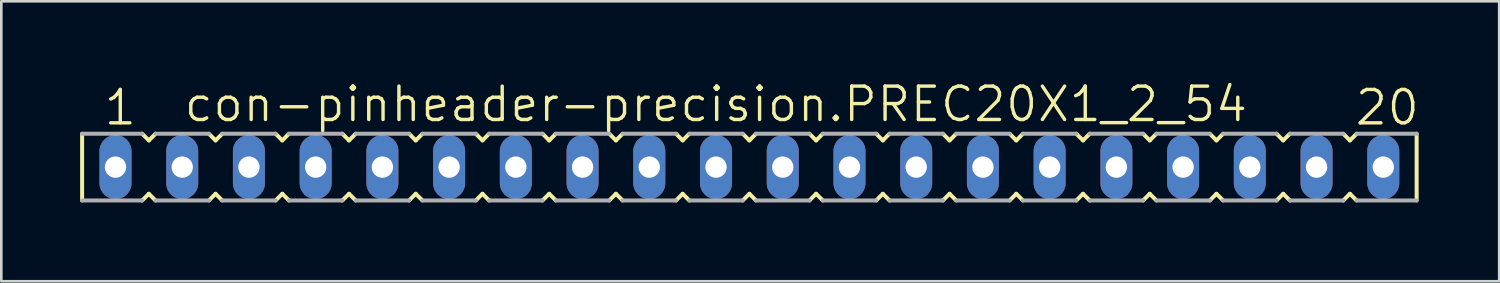
<source format=kicad_pcb>
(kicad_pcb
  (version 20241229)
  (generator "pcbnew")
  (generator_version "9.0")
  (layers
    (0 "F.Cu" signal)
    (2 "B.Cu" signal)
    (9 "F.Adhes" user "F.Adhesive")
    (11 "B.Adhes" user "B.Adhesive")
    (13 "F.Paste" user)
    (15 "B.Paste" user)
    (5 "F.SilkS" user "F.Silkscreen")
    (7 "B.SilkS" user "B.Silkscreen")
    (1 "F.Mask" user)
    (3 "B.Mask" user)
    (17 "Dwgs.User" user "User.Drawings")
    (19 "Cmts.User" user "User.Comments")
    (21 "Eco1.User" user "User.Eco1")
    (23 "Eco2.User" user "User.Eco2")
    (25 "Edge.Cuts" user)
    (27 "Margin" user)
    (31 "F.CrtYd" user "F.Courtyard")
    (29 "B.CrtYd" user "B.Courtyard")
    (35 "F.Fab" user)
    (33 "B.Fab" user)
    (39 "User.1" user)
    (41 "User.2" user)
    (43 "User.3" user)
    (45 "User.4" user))
  (footprint "con-pinheader-precision.PREC20X1_2_54"
    (layer "F.Cu")
    (at 25.476 3.311)
    (property "Reference" "con-pinheader-precision.PREC20X1_2_54" (at -21.59 -1.651 0) (layer "F.SilkS") (effects (font (size 1.27 1.27) (thickness 0.13)) (justify left bottom)))
    (attr through_hole)
    (fp_line (start -25.4 -1.27) (end -25.4 1.27) (stroke (width 0.152) (type default)) (layer "F.SilkS"))
    (fp_line (start -23.114 1.27) (end -22.86 1.016) (stroke (width 0.152) (type default)) (layer "F.SilkS"))
    (fp_line (start -22.86 -1.016) (end -23.114 -1.27) (stroke (width 0.152) (type default)) (layer "F.SilkS"))
    (fp_line (start -22.86 1.016) (end -22.606 1.27) (stroke (width 0.152) (type default)) (layer "F.SilkS"))
    (fp_line (start -22.606 -1.27) (end -22.86 -1.016) (stroke (width 0.152) (type default)) (layer "F.SilkS"))
    (fp_line (start -20.574 1.27) (end -20.32 1.016) (stroke (width 0.152) (type default)) (layer "F.SilkS"))
    (fp_line (start -20.32 -1.016) (end -20.574 -1.27) (stroke (width 0.152) (type default)) (layer "F.SilkS"))
    (fp_line (start -20.32 1.016) (end -20.066 1.27) (stroke (width 0.152) (type default)) (layer "F.SilkS"))
    (fp_line (start -20.066 -1.27) (end -20.32 -1.016) (stroke (width 0.152) (type default)) (layer "F.SilkS"))
    (fp_line (start -18.034 1.27) (end -17.78 1.016) (stroke (width 0.152) (type default)) (layer "F.SilkS"))
    (fp_line (start -17.78 -1.016) (end -18.034 -1.27) (stroke (width 0.152) (type default)) (layer "F.SilkS"))
    (fp_line (start -17.78 1.016) (end -17.526 1.27) (stroke (width 0.152) (type default)) (layer "F.SilkS"))
    (fp_line (start -17.526 -1.27) (end -17.78 -1.016) (stroke (width 0.152) (type default)) (layer "F.SilkS"))
    (fp_line (start -15.494 1.27) (end -15.24 1.016) (stroke (width 0.152) (type default)) (layer "F.SilkS"))
    (fp_line (start -15.24 -1.016) (end -15.494 -1.27) (stroke (width 0.152) (type default)) (layer "F.SilkS"))
    (fp_line (start -15.24 1.016) (end -14.986 1.27) (stroke (width 0.152) (type default)) (layer "F.SilkS"))
    (fp_line (start -14.986 -1.27) (end -15.24 -1.016) (stroke (width 0.152) (type default)) (layer "F.SilkS"))
    (fp_line (start -12.954 1.27) (end -12.7 1.016) (stroke (width 0.152) (type default)) (layer "F.SilkS"))
    (fp_line (start -12.7 -1.016) (end -12.954 -1.27) (stroke (width 0.152) (type default)) (layer "F.SilkS"))
    (fp_line (start -12.7 1.016) (end -12.446 1.27) (stroke (width 0.152) (type default)) (layer "F.SilkS"))
    (fp_line (start -12.446 -1.27) (end -12.7 -1.016) (stroke (width 0.152) (type default)) (layer "F.SilkS"))
    (fp_line (start -10.414 1.27) (end -10.16 1.016) (stroke (width 0.152) (type default)) (layer "F.SilkS"))
    (fp_line (start -10.16 -1.016) (end -10.414 -1.27) (stroke (width 0.152) (type default)) (layer "F.SilkS"))
    (fp_line (start -10.16 1.016) (end -9.906 1.27) (stroke (width 0.152) (type default)) (layer "F.SilkS"))
    (fp_line (start -9.906 -1.27) (end -10.16 -1.016) (stroke (width 0.152) (type default)) (layer "F.SilkS"))
    (fp_line (start -7.874 1.27) (end -7.62 1.016) (stroke (width 0.152) (type default)) (layer "F.SilkS"))
    (fp_line (start -7.62 -1.016) (end -7.874 -1.27) (stroke (width 0.152) (type default)) (layer "F.SilkS"))
    (fp_line (start -7.62 1.016) (end -7.366 1.27) (stroke (width 0.152) (type default)) (layer "F.SilkS"))
    (fp_line (start -7.366 -1.27) (end -7.62 -1.016) (stroke (width 0.152) (type default)) (layer "F.SilkS"))
    (fp_line (start -5.334 1.27) (end -5.08 1.016) (stroke (width 0.152) (type default)) (layer "F.SilkS"))
    (fp_line (start -5.08 -1.016) (end -5.334 -1.27) (stroke (width 0.152) (type default)) (layer "F.SilkS"))
    (fp_line (start -5.08 1.016) (end -4.826 1.27) (stroke (width 0.152) (type default)) (layer "F.SilkS"))
    (fp_line (start -4.826 -1.27) (end -5.08 -1.016) (stroke (width 0.152) (type default)) (layer "F.SilkS"))
    (fp_line (start -2.794 1.27) (end -2.54 1.016) (stroke (width 0.152) (type default)) (layer "F.SilkS"))
    (fp_line (start -2.54 -1.016) (end -2.794 -1.27) (stroke (width 0.152) (type default)) (layer "F.SilkS"))
    (fp_line (start -2.54 1.016) (end -2.286 1.27) (stroke (width 0.152) (type default)) (layer "F.SilkS"))
    (fp_line (start -2.286 -1.27) (end -2.54 -1.016) (stroke (width 0.152) (type default)) (layer "F.SilkS"))
    (fp_line (start -0.254 1.27) (end 0 1.016) (stroke (width 0.152) (type default)) (layer "F.SilkS"))
    (fp_line (start 0 -1.016) (end -0.254 -1.27) (stroke (width 0.152) (type default)) (layer "F.SilkS"))
    (fp_line (start 0 1.016) (end 0.254 1.27) (stroke (width 0.152) (type default)) (layer "F.SilkS"))
    (fp_line (start 0.254 -1.27) (end 0 -1.016) (stroke (width 0.152) (type default)) (layer "F.SilkS"))
    (fp_line (start 2.286 1.27) (end 2.54 1.016) (stroke (width 0.152) (type default)) (layer "F.SilkS"))
    (fp_line (start 2.54 -1.016) (end 2.286 -1.27) (stroke (width 0.152) (type default)) (layer "F.SilkS"))
    (fp_line (start 2.54 1.016) (end 2.794 1.27) (stroke (width 0.152) (type default)) (layer "F.SilkS"))
    (fp_line (start 2.794 -1.27) (end 2.54 -1.016) (stroke (width 0.152) (type default)) (layer "F.SilkS"))
    (fp_line (start 4.826 1.27) (end 5.08 1.016) (stroke (width 0.152) (type default)) (layer "F.SilkS"))
    (fp_line (start 5.08 -1.016) (end 4.826 -1.27) (stroke (width 0.152) (type default)) (layer "F.SilkS"))
    (fp_line (start 5.08 1.016) (end 5.334 1.27) (stroke (width 0.152) (type default)) (layer "F.SilkS"))
    (fp_line (start 5.334 -1.27) (end 5.08 -1.016) (stroke (width 0.152) (type default)) (layer "F.SilkS"))
    (fp_line (start 7.366 1.27) (end 7.62 1.016) (stroke (width 0.152) (type default)) (layer "F.SilkS"))
    (fp_line (start 7.62 -1.016) (end 7.366 -1.27) (stroke (width 0.152) (type default)) (layer "F.SilkS"))
    (fp_line (start 7.62 1.016) (end 7.874 1.27) (stroke (width 0.152) (type default)) (layer "F.SilkS"))
    (fp_line (start 7.874 -1.27) (end 7.62 -1.016) (stroke (width 0.152) (type default)) (layer "F.SilkS"))
    (fp_line (start 9.906 1.27) (end 10.16 1.016) (stroke (width 0.152) (type default)) (layer "F.SilkS"))
    (fp_line (start 10.16 -1.016) (end 9.906 -1.27) (stroke (width 0.152) (type default)) (layer "F.SilkS"))
    (fp_line (start 10.16 1.016) (end 10.414 1.27) (stroke (width 0.152) (type default)) (layer "F.SilkS"))
    (fp_line (start 10.414 -1.27) (end 10.16 -1.016) (stroke (width 0.152) (type default)) (layer "F.SilkS"))
    (fp_line (start 12.446 1.27) (end 12.7 1.016) (stroke (width 0.152) (type default)) (layer "F.SilkS"))
    (fp_line (start 12.7 -1.016) (end 12.446 -1.27) (stroke (width 0.152) (type default)) (layer "F.SilkS"))
    (fp_line (start 12.7 1.016) (end 12.954 1.27) (stroke (width 0.152) (type default)) (layer "F.SilkS"))
    (fp_line (start 12.954 -1.27) (end 12.7 -1.016) (stroke (width 0.152) (type default)) (layer "F.SilkS"))
    (fp_line (start 14.986 1.27) (end 15.24 1.016) (stroke (width 0.152) (type default)) (layer "F.SilkS"))
    (fp_line (start 15.24 -1.016) (end 14.986 -1.27) (stroke (width 0.152) (type default)) (layer "F.SilkS"))
    (fp_line (start 15.24 1.016) (end 15.494 1.27) (stroke (width 0.152) (type default)) (layer "F.SilkS"))
    (fp_line (start 15.494 -1.27) (end 15.24 -1.016) (stroke (width 0.152) (type default)) (layer "F.SilkS"))
    (fp_line (start 17.526 1.27) (end 17.78 1.016) (stroke (width 0.152) (type default)) (layer "F.SilkS"))
    (fp_line (start 17.78 -1.016) (end 17.526 -1.27) (stroke (width 0.152) (type default)) (layer "F.SilkS"))
    (fp_line (start 17.78 1.016) (end 18.034 1.27) (stroke (width 0.152) (type default)) (layer "F.SilkS"))
    (fp_line (start 18.034 -1.27) (end 17.78 -1.016) (stroke (width 0.152) (type default)) (layer "F.SilkS"))
    (fp_line (start 20.066 1.27) (end 20.32 1.016) (stroke (width 0.152) (type default)) (layer "F.SilkS"))
    (fp_line (start 20.32 -1.016) (end 20.066 -1.27) (stroke (width 0.152) (type default)) (layer "F.SilkS"))
    (fp_line (start 20.32 1.016) (end 20.574 1.27) (stroke (width 0.152) (type default)) (layer "F.SilkS"))
    (fp_line (start 20.574 -1.27) (end 20.32 -1.016) (stroke (width 0.152) (type default)) (layer "F.SilkS"))
    (fp_line (start 22.606 1.27) (end 22.86 1.016) (stroke (width 0.152) (type default)) (layer "F.SilkS"))
    (fp_line (start 22.86 -1.016) (end 22.606 -1.27) (stroke (width 0.152) (type default)) (layer "F.SilkS"))
    (fp_line (start 22.86 1.016) (end 23.114 1.27) (stroke (width 0.152) (type default)) (layer "F.SilkS"))
    (fp_line (start 23.114 -1.27) (end 22.86 -1.016) (stroke (width 0.152) (type default)) (layer "F.SilkS"))
    (fp_line (start 25.4 -1.27) (end 25.4 1.27) (stroke (width 0.152) (type default)) (layer "F.SilkS"))
    (fp_line (start -25.4 1.27) (end -23.114 1.27) (stroke (width 0.152) (type default)) (layer "F.Fab"))
    (fp_line (start -23.114 -1.27) (end -25.4 -1.27) (stroke (width 0.152) (type default)) (layer "F.Fab"))
    (fp_line (start -22.606 1.27) (end -20.574 1.27) (stroke (width 0.152) (type default)) (layer "F.Fab"))
    (fp_line (start -20.574 -1.27) (end -22.606 -1.27) (stroke (width 0.152) (type default)) (layer "F.Fab"))
    (fp_line (start -20.066 1.27) (end -18.034 1.27) (stroke (width 0.152) (type default)) (layer "F.Fab"))
    (fp_line (start -18.034 -1.27) (end -20.066 -1.27) (stroke (width 0.152) (type default)) (layer "F.Fab"))
    (fp_line (start -17.526 1.27) (end -15.494 1.27) (stroke (width 0.152) (type default)) (layer "F.Fab"))
    (fp_line (start -15.494 -1.27) (end -17.526 -1.27) (stroke (width 0.152) (type default)) (layer "F.Fab"))
    (fp_line (start -14.986 1.27) (end -12.954 1.27) (stroke (width 0.152) (type default)) (layer "F.Fab"))
    (fp_line (start -12.954 -1.27) (end -14.986 -1.27) (stroke (width 0.152) (type default)) (layer "F.Fab"))
    (fp_line (start -12.446 1.27) (end -10.414 1.27) (stroke (width 0.152) (type default)) (layer "F.Fab"))
    (fp_line (start -10.414 -1.27) (end -12.446 -1.27) (stroke (width 0.152) (type default)) (layer "F.Fab"))
    (fp_line (start -9.906 1.27) (end -7.874 1.27) (stroke (width 0.152) (type default)) (layer "F.Fab"))
    (fp_line (start -7.874 -1.27) (end -9.906 -1.27) (stroke (width 0.152) (type default)) (layer "F.Fab"))
    (fp_line (start -7.366 1.27) (end -5.334 1.27) (stroke (width 0.152) (type default)) (layer "F.Fab"))
    (fp_line (start -5.334 -1.27) (end -7.366 -1.27) (stroke (width 0.152) (type default)) (layer "F.Fab"))
    (fp_line (start -4.826 1.27) (end -2.794 1.27) (stroke (width 0.152) (type default)) (layer "F.Fab"))
    (fp_line (start -2.794 -1.27) (end -4.826 -1.27) (stroke (width 0.152) (type default)) (layer "F.Fab"))
    (fp_line (start -2.286 1.27) (end -0.254 1.27) (stroke (width 0.152) (type default)) (layer "F.Fab"))
    (fp_line (start -0.254 -1.27) (end -2.286 -1.27) (stroke (width 0.152) (type default)) (layer "F.Fab"))
    (fp_line (start 0.254 1.27) (end 2.286 1.27) (stroke (width 0.152) (type default)) (layer "F.Fab"))
    (fp_line (start 2.286 -1.27) (end 0.254 -1.27) (stroke (width 0.152) (type default)) (layer "F.Fab"))
    (fp_line (start 2.794 1.27) (end 4.826 1.27) (stroke (width 0.152) (type default)) (layer "F.Fab"))
    (fp_line (start 4.826 -1.27) (end 2.794 -1.27) (stroke (width 0.152) (type default)) (layer "F.Fab"))
    (fp_line (start 5.334 1.27) (end 7.366 1.27) (stroke (width 0.152) (type default)) (layer "F.Fab"))
    (fp_line (start 7.366 -1.27) (end 5.334 -1.27) (stroke (width 0.152) (type default)) (layer "F.Fab"))
    (fp_line (start 7.874 1.27) (end 9.906 1.27) (stroke (width 0.152) (type default)) (layer "F.Fab"))
    (fp_line (start 9.906 -1.27) (end 7.874 -1.27) (stroke (width 0.152) (type default)) (layer "F.Fab"))
    (fp_line (start 10.414 1.27) (end 12.446 1.27) (stroke (width 0.152) (type default)) (layer "F.Fab"))
    (fp_line (start 12.446 -1.27) (end 10.414 -1.27) (stroke (width 0.152) (type default)) (layer "F.Fab"))
    (fp_line (start 12.954 1.27) (end 14.986 1.27) (stroke (width 0.152) (type default)) (layer "F.Fab"))
    (fp_line (start 14.986 -1.27) (end 12.954 -1.27) (stroke (width 0.152) (type default)) (layer "F.Fab"))
    (fp_line (start 15.494 1.27) (end 17.526 1.27) (stroke (width 0.152) (type default)) (layer "F.Fab"))
    (fp_line (start 17.526 -1.27) (end 15.494 -1.27) (stroke (width 0.152) (type default)) (layer "F.Fab"))
    (fp_line (start 18.034 1.27) (end 20.066 1.27) (stroke (width 0.152) (type default)) (layer "F.Fab"))
    (fp_line (start 20.066 -1.27) (end 18.034 -1.27) (stroke (width 0.152) (type default)) (layer "F.Fab"))
    (fp_line (start 20.574 1.27) (end 22.606 1.27) (stroke (width 0.152) (type default)) (layer "F.Fab"))
    (fp_line (start 22.606 -1.27) (end 20.574 -1.27) (stroke (width 0.152) (type default)) (layer "F.Fab"))
    (fp_line (start 23.114 1.27) (end 25.4 1.27) (stroke (width 0.152) (type default)) (layer "F.Fab"))
    (fp_line (start 25.4 -1.27) (end 23.114 -1.27) (stroke (width 0.152) (type default)) (layer "F.Fab"))
    (fp_text user "20" (at 22.987 -1.524 0) (layer "F.SilkS") (effects (font (size 1.27 1.27) (thickness 0.13)) (justify left bottom)))
    (fp_text user "1" (at -24.638 -1.524 0) (layer "F.SilkS") (effects (font (size 1.27 1.27) (thickness 0.13)) (justify left bottom)))
    (pad "1" thru_hole oval (at -24.13 0 90) (size 2.438 1.219) (drill 0.813) (layers "*.Cu" "*.Mask"))
    (pad "2" thru_hole oval (at -21.59 0 90) (size 2.438 1.219) (drill 0.813) (layers "*.Cu" "*.Mask"))
    (pad "3" thru_hole oval (at -19.05 0 90) (size 2.438 1.219) (drill 0.813) (layers "*.Cu" "*.Mask"))
    (pad "4" thru_hole oval (at -16.51 0 90) (size 2.438 1.219) (drill 0.813) (layers "*.Cu" "*.Mask"))
    (pad "5" thru_hole oval (at -13.97 0 90) (size 2.438 1.219) (drill 0.813) (layers "*.Cu" "*.Mask"))
    (pad "6" thru_hole oval (at -11.43 0 90) (size 2.438 1.219) (drill 0.813) (layers "*.Cu" "*.Mask"))
    (pad "7" thru_hole oval (at -8.89 0 90) (size 2.438 1.219) (drill 0.813) (layers "*.Cu" "*.Mask"))
    (pad "8" thru_hole oval (at -6.35 0 90) (size 2.438 1.219) (drill 0.813) (layers "*.Cu" "*.Mask"))
    (pad "9" thru_hole oval (at -3.81 0 90) (size 2.438 1.219) (drill 0.813) (layers "*.Cu" "*.Mask"))
    (pad "10" thru_hole oval (at -1.27 0 90) (size 2.438 1.219) (drill 0.813) (layers "*.Cu" "*.Mask"))
    (pad "11" thru_hole oval (at 1.27 0 90) (size 2.438 1.219) (drill 0.813) (layers "*.Cu" "*.Mask"))
    (pad "12" thru_hole oval (at 3.81 0 90) (size 2.438 1.219) (drill 0.813) (layers "*.Cu" "*.Mask"))
    (pad "13" thru_hole oval (at 6.35 0 90) (size 2.438 1.219) (drill 0.813) (layers "*.Cu" "*.Mask"))
    (pad "14" thru_hole oval (at 8.89 0 90) (size 2.438 1.219) (drill 0.813) (layers "*.Cu" "*.Mask"))
    (pad "15" thru_hole oval (at 11.43 0 90) (size 2.438 1.219) (drill 0.813) (layers "*.Cu" "*.Mask"))
    (pad "16" thru_hole oval (at 13.97 0 90) (size 2.438 1.219) (drill 0.813) (layers "*.Cu" "*.Mask"))
    (pad "17" thru_hole oval (at 16.51 0 90) (size 2.438 1.219) (drill 0.813) (layers "*.Cu" "*.Mask"))
    (pad "18" thru_hole oval (at 19.05 0 90) (size 2.438 1.219) (drill 0.813) (layers "*.Cu" "*.Mask"))
    (pad "19" thru_hole oval (at 21.59 0 90) (size 2.438 1.219) (drill 0.813) (layers "*.Cu" "*.Mask"))
    (pad "20" thru_hole oval (at 24.13 0 90) (size 2.438 1.219) (drill 0.813) (layers "*.Cu" "*.Mask")))
  (gr_rect
    (start -3 -3)
    (end 54.018 7.657)
    (stroke (width 0.1) (type default))
    (fill no)
    (layer "Edge.Cuts")))
</source>
